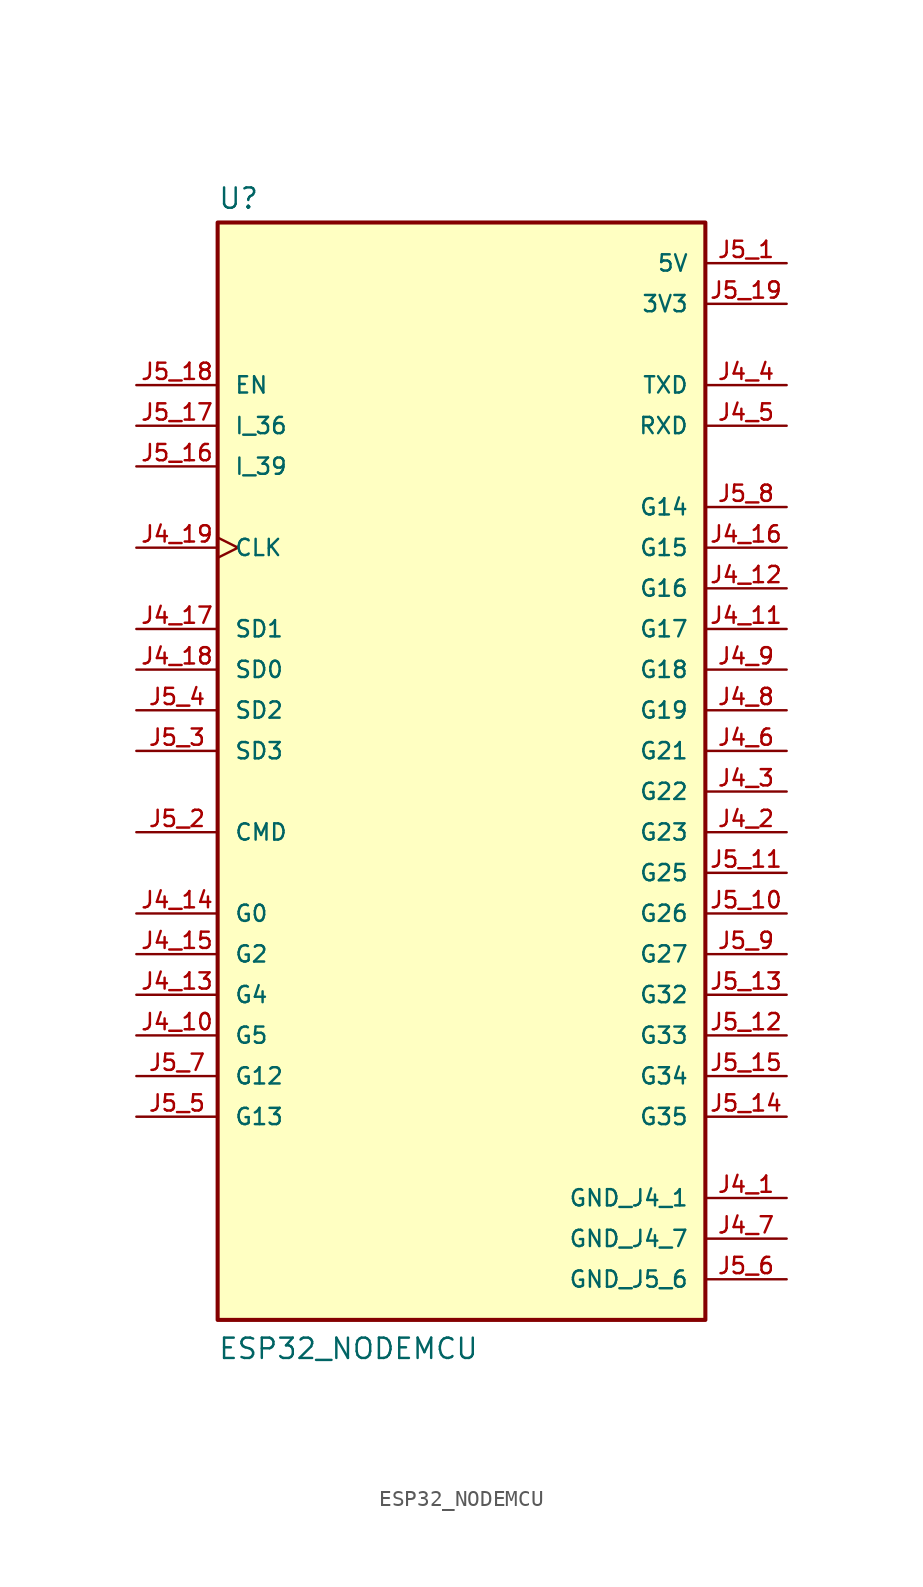
<source format=kicad_sym>
(kicad_symbol_lib
  (version 20220914)
  (generator kicad_symbol_editor)
  (symbol "ESP32_NODEMCU"
    (pin_names
      (offset 1.016))
    (property "Reference" "U"
      (at -15.24 36.322 0)
      (effects (font (size 1.27 1.27)) (justify left bottom)))
    (property "Value" "ESP32_NODEMCU"
      (at -15.24 -35.56 0)
      (effects (font (size 1.27 1.27)) (justify left bottom)))
    (symbol "ESP32_NODEMCU_0_0"
      (rectangle (start -15.24 -33.02) (end 15.24 35.56) (stroke (width 0.254) (type default)) (fill (type background)))
      (pin power_in line (at 20.32 -25.4 180) (length 5.08) (name "GND_J4_1" (effects (font (size 1.016 1.016)))) (number "J4_1" (effects (font (size 1.016 1.016)))))
      (pin bidirectional line (at -20.32 -15.24 0) (length 5.08) (name "G5" (effects (font (size 1.016 1.016)))) (number "J4_10" (effects (font (size 1.016 1.016)))))
      (pin bidirectional line (at 20.32 10.16 180) (length 5.08) (name "G17" (effects (font (size 1.016 1.016)))) (number "J4_11" (effects (font (size 1.016 1.016)))))
      (pin bidirectional line (at 20.32 12.7 180) (length 5.08) (name "G16" (effects (font (size 1.016 1.016)))) (number "J4_12" (effects (font (size 1.016 1.016)))))
      (pin bidirectional line (at -20.32 -12.7 0) (length 5.08) (name "G4" (effects (font (size 1.016 1.016)))) (number "J4_13" (effects (font (size 1.016 1.016)))))
      (pin bidirectional line (at -20.32 -7.62 0) (length 5.08) (name "G0" (effects (font (size 1.016 1.016)))) (number "J4_14" (effects (font (size 1.016 1.016)))))
      (pin bidirectional line (at -20.32 -10.16 0) (length 5.08) (name "G2" (effects (font (size 1.016 1.016)))) (number "J4_15" (effects (font (size 1.016 1.016)))))
      (pin bidirectional line (at 20.32 15.24 180) (length 5.08) (name "G15" (effects (font (size 1.016 1.016)))) (number "J4_16" (effects (font (size 1.016 1.016)))))
      (pin bidirectional line (at -20.32 10.16 0) (length 5.08) (name "SD1" (effects (font (size 1.016 1.016)))) (number "J4_17" (effects (font (size 1.016 1.016)))))
      (pin bidirectional line (at -20.32 7.62 0) (length 5.08) (name "SD0" (effects (font (size 1.016 1.016)))) (number "J4_18" (effects (font (size 1.016 1.016)))))
      (pin input clock (at -20.32 15.24 0) (length 5.08) (name "CLK" (effects (font (size 1.016 1.016)))) (number "J4_19" (effects (font (size 1.016 1.016)))))
      (pin bidirectional line (at 20.32 -2.54 180) (length 5.08) (name "G23" (effects (font (size 1.016 1.016)))) (number "J4_2" (effects (font (size 1.016 1.016)))))
      (pin bidirectional line (at 20.32 0 180) (length 5.08) (name "G22" (effects (font (size 1.016 1.016)))) (number "J4_3" (effects (font (size 1.016 1.016)))))
      (pin output line (at 20.32 25.4 180) (length 5.08) (name "TXD" (effects (font (size 1.016 1.016)))) (number "J4_4" (effects (font (size 1.016 1.016)))))
      (pin input line (at 20.32 22.86 180) (length 5.08) (name "RXD" (effects (font (size 1.016 1.016)))) (number "J4_5" (effects (font (size 1.016 1.016)))))
      (pin bidirectional line (at 20.32 2.54 180) (length 5.08) (name "G21" (effects (font (size 1.016 1.016)))) (number "J4_6" (effects (font (size 1.016 1.016)))))
      (pin power_in line (at 20.32 -27.94 180) (length 5.08) (name "GND_J4_7" (effects (font (size 1.016 1.016)))) (number "J4_7" (effects (font (size 1.016 1.016)))))
      (pin bidirectional line (at 20.32 5.08 180) (length 5.08) (name "G19" (effects (font (size 1.016 1.016)))) (number "J4_8" (effects (font (size 1.016 1.016)))))
      (pin bidirectional line (at 20.32 7.62 180) (length 5.08) (name "G18" (effects (font (size 1.016 1.016)))) (number "J4_9" (effects (font (size 1.016 1.016)))))
      (pin power_in line (at 20.32 33.02 180) (length 5.08) (name "5V" (effects (font (size 1.016 1.016)))) (number "J5_1" (effects (font (size 1.016 1.016)))))
      (pin bidirectional line (at 20.32 -7.62 180) (length 5.08) (name "G26" (effects (font (size 1.016 1.016)))) (number "J5_10" (effects (font (size 1.016 1.016)))))
      (pin bidirectional line (at 20.32 -5.08 180) (length 5.08) (name "G25" (effects (font (size 1.016 1.016)))) (number "J5_11" (effects (font (size 1.016 1.016)))))
      (pin bidirectional line (at 20.32 -15.24 180) (length 5.08) (name "G33" (effects (font (size 1.016 1.016)))) (number "J5_12" (effects (font (size 1.016 1.016)))))
      (pin bidirectional line (at 20.32 -12.7 180) (length 5.08) (name "G32" (effects (font (size 1.016 1.016)))) (number "J5_13" (effects (font (size 1.016 1.016)))))
      (pin bidirectional line (at 20.32 -20.32 180) (length 5.08) (name "G35" (effects (font (size 1.016 1.016)))) (number "J5_14" (effects (font (size 1.016 1.016)))))
      (pin bidirectional line (at 20.32 -17.78 180) (length 5.08) (name "G34" (effects (font (size 1.016 1.016)))) (number "J5_15" (effects (font (size 1.016 1.016)))))
      (pin input line (at -20.32 25.4 0) (length 5.08) (name "EN" (effects (font (size 1.016 1.016)))) (number "J5_18" (effects (font (size 1.016 1.016)))))
      (pin power_in line (at 20.32 30.48 180) (length 5.08) (name "3V3" (effects (font (size 1.016 1.016)))) (number "J5_19" (effects (font (size 1.016 1.016)))))
      (pin bidirectional line (at -20.32 -2.54 0) (length 5.08) (name "CMD" (effects (font (size 1.016 1.016)))) (number "J5_2" (effects (font (size 1.016 1.016)))))
      (pin bidirectional line (at -20.32 2.54 0) (length 5.08) (name "SD3" (effects (font (size 1.016 1.016)))) (number "J5_3" (effects (font (size 1.016 1.016)))))
      (pin bidirectional line (at -20.32 5.08 0) (length 5.08) (name "SD2" (effects (font (size 1.016 1.016)))) (number "J5_4" (effects (font (size 1.016 1.016)))))
      (pin bidirectional line (at -20.32 -20.32 0) (length 5.08) (name "G13" (effects (font (size 1.016 1.016)))) (number "J5_5" (effects (font (size 1.016 1.016)))))
      (pin power_in line (at 20.32 -30.48 180) (length 5.08) (name "GND_J5_6" (effects (font (size 1.016 1.016)))) (number "J5_6" (effects (font (size 1.016 1.016)))))
      (pin bidirectional line (at -20.32 -17.78 0) (length 5.08) (name "G12" (effects (font (size 1.016 1.016)))) (number "J5_7" (effects (font (size 1.016 1.016)))))
      (pin bidirectional line (at 20.32 17.78 180) (length 5.08) (name "G14" (effects (font (size 1.016 1.016)))) (number "J5_8" (effects (font (size 1.016 1.016)))))
      (pin bidirectional line (at 20.32 -10.16 180) (length 5.08) (name "G27" (effects (font (size 1.016 1.016)))) (number "J5_9" (effects (font (size 1.016 1.016))))))
    (symbol "ESP32_NODEMCU_1_0"
      (pin input line (at -20.32 20.32 0) (length 5.08) (name "I_39" (effects (font (size 1.016 1.016)))) (number "J5_16" (effects (font (size 1.016 1.016)))))
      (pin input line (at -20.32 22.86 0) (length 5.08) (name "I_36" (effects (font (size 1.016 1.016)))) (number "J5_17" (effects (font (size 1.016 1.016))))))))
</source>
